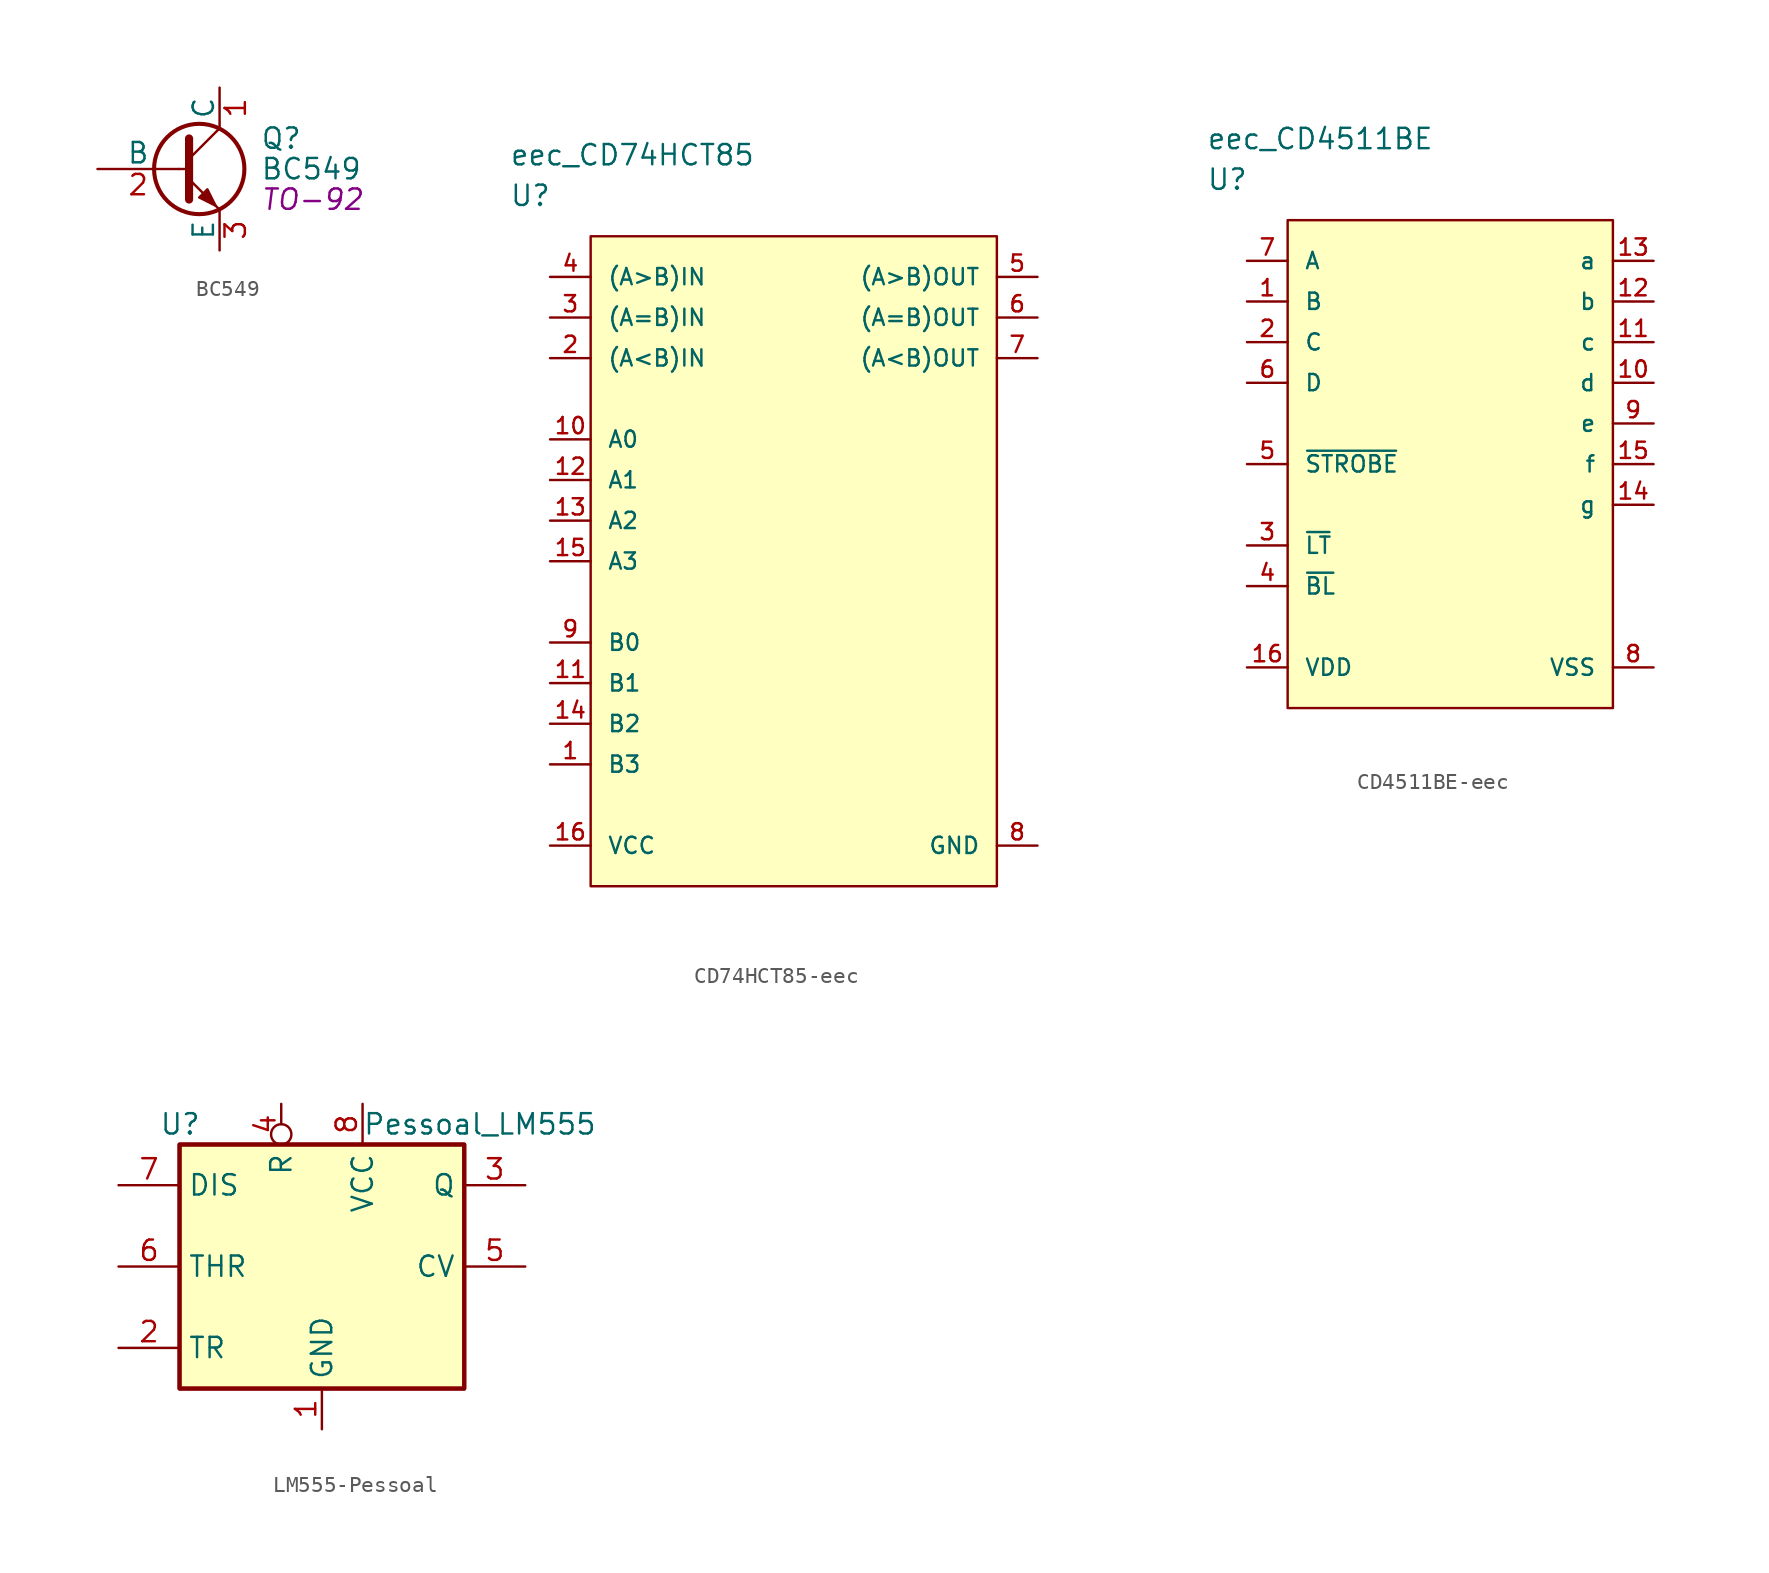
<source format=kicad_sym>
(kicad_symbol_lib
  (version 20220914)
  (generator kicad_symbol_editor)
  (symbol "BC549"
    (pin_names
      (offset 0))
    (property "Reference" "Q"
      (at 5.08 1.905 0)
      (effects (font (size 1.27 1.27)) (justify left)))
    (property "Value" "BC549"
      (at 5.08 0 0)
      (effects (font (size 1.27 1.27)) (justify left)))
    (property "Footprint" "TO-92"
      (at 5.08 -1.905 0)
      (effects (font (size 1.27 1.27) italic) (justify left)))
    (property "Datasheet" ""
      (at 0 0 0)
      (effects (font (size 1.27 1.27)) (justify left)))
    (symbol "BC549_0_1"
      (polyline (pts (xy 0 0) (xy 0.635 0)) (stroke (width 0) (type solid)) (fill (type none)))
      (polyline (pts (xy 0.635 0.635) (xy 2.54 2.54)) (stroke (width 0) (type solid)) (fill (type none)))
      (polyline (pts (xy 0.635 -0.635) (xy 2.54 -2.54) (xy 2.54 -2.54)) (stroke (width 0) (type solid)) (fill (type none)))
      (polyline (pts (xy 0.635 1.905) (xy 0.635 -1.905) (xy 0.635 -1.905)) (stroke (width 0.508) (type solid)) (fill (type none)))
      (polyline (pts (xy 1.27 -1.778) (xy 1.778 -1.27) (xy 2.286 -2.286) (xy 1.27 -1.778) (xy 1.27 -1.778)) (stroke (width 0) (type solid)) (fill (type outline)))
      (circle (center 1.27 0) (radius 2.819) (stroke (width 0.254) (type solid)) (fill (type none))))
    (symbol "BC549_1_1"
      (pin passive line (at 2.54 5.08 270) (length 2.54) (name "C" (effects (font (size 1.27 1.27)))) (number "1" (effects (font (size 1.27 1.27)))))
      (pin input line (at -5.08 0 0) (length 5.08) (name "B" (effects (font (size 1.27 1.27)))) (number "2" (effects (font (size 1.27 1.27)))))
      (pin passive line (at 2.54 -5.08 90) (length 2.54) (name "E" (effects (font (size 1.27 1.27)))) (number "3" (effects (font (size 1.27 1.27)))))))
  (symbol "CD74HCT85-eec"
    (pin_names
      (offset 1.016))
    (property "Reference" "U"
      (at 0 5.08 0)
      (effects (font (size 1.27 1.27)) (justify left)))
    (property "Value" "eec_CD74HCT85"
      (at 0 7.62 0)
      (effects (font (size 1.27 1.27)) (justify left)))
    (symbol "CD74HCT85-eec_1_1"
      (rectangle (start 5.08 2.54) (end 30.48 -38.1) (stroke (width 0) (type solid)) (fill (type background)))
      (pin input line (at 2.54 -30.48 0) (length 2.54) (name "B3" (effects (font (size 1.016 1.016)))) (number "1" (effects (font (size 1.016 1.016)))))
      (pin input line (at 2.54 -10.16 0) (length 2.54) (name "A0" (effects (font (size 1.016 1.016)))) (number "10" (effects (font (size 1.016 1.016)))))
      (pin input line (at 2.54 -25.4 0) (length 2.54) (name "B1" (effects (font (size 1.016 1.016)))) (number "11" (effects (font (size 1.016 1.016)))))
      (pin input line (at 2.54 -12.7 0) (length 2.54) (name "A1" (effects (font (size 1.016 1.016)))) (number "12" (effects (font (size 1.016 1.016)))))
      (pin input line (at 2.54 -15.24 0) (length 2.54) (name "A2" (effects (font (size 1.016 1.016)))) (number "13" (effects (font (size 1.016 1.016)))))
      (pin input line (at 2.54 -27.94 0) (length 2.54) (name "B2" (effects (font (size 1.016 1.016)))) (number "14" (effects (font (size 1.016 1.016)))))
      (pin input line (at 2.54 -17.78 0) (length 2.54) (name "A3" (effects (font (size 1.016 1.016)))) (number "15" (effects (font (size 1.016 1.016)))))
      (pin power_in line (at 2.54 -35.56 0) (length 2.54) (name "VCC" (effects (font (size 1.016 1.016)))) (number "16" (effects (font (size 1.016 1.016)))))
      (pin input line (at 2.54 -5.08 0) (length 2.54) (name "(A<B)IN" (effects (font (size 1.016 1.016)))) (number "2" (effects (font (size 1.016 1.016)))))
      (pin input line (at 2.54 -2.54 0) (length 2.54) (name "(A=B)IN" (effects (font (size 1.016 1.016)))) (number "3" (effects (font (size 1.016 1.016)))))
      (pin input line (at 2.54 0 0) (length 2.54) (name "(A>B)IN" (effects (font (size 1.016 1.016)))) (number "4" (effects (font (size 1.016 1.016)))))
      (pin output line (at 33.02 0 180) (length 2.54) (name "(A>B)OUT" (effects (font (size 1.016 1.016)))) (number "5" (effects (font (size 1.016 1.016)))))
      (pin output line (at 33.02 -2.54 180) (length 2.54) (name "(A=B)OUT" (effects (font (size 1.016 1.016)))) (number "6" (effects (font (size 1.016 1.016)))))
      (pin output line (at 33.02 -5.08 180) (length 2.54) (name "(A<B)OUT" (effects (font (size 1.016 1.016)))) (number "7" (effects (font (size 1.016 1.016)))))
      (pin power_in line (at 33.02 -35.56 180) (length 2.54) (name "GND" (effects (font (size 1.016 1.016)))) (number "8" (effects (font (size 1.016 1.016)))))
      (pin input line (at 2.54 -22.86 0) (length 2.54) (name "B0" (effects (font (size 1.016 1.016)))) (number "9" (effects (font (size 1.016 1.016)))))))
  (symbol "CD4511BE-eec"
    (pin_names
      (offset 1.016))
    (property "Reference" "U"
      (at 0 5.08 0)
      (effects (font (size 1.27 1.27)) (justify left)))
    (property "Value" "eec_CD4511BE"
      (at 0 7.62 0)
      (effects (font (size 1.27 1.27)) (justify left)))
    (property "ki_locked" ""
      (at 0 0 0)
      (effects (font (size 1.27 1.27))))
    (symbol "CD4511BE-eec_1_1"
      (rectangle (start 5.08 2.54) (end 25.4 -27.94) (stroke (width 0) (type solid)) (fill (type background)))
      (pin input line (at 2.54 -2.54 0) (length 2.54) (name "B" (effects (font (size 1.016 1.016)))) (number "1" (effects (font (size 1.016 1.016)))))
      (pin output line (at 27.94 -7.62 180) (length 2.54) (name "d" (effects (font (size 1.016 1.016)))) (number "10" (effects (font (size 1.016 1.016)))))
      (pin output line (at 27.94 -5.08 180) (length 2.54) (name "c" (effects (font (size 1.016 1.016)))) (number "11" (effects (font (size 1.016 1.016)))))
      (pin output line (at 27.94 -2.54 180) (length 2.54) (name "b" (effects (font (size 1.016 1.016)))) (number "12" (effects (font (size 1.016 1.016)))))
      (pin output line (at 27.94 0 180) (length 2.54) (name "a" (effects (font (size 1.016 1.016)))) (number "13" (effects (font (size 1.016 1.016)))))
      (pin output line (at 27.94 -15.24 180) (length 2.54) (name "g" (effects (font (size 1.016 1.016)))) (number "14" (effects (font (size 1.016 1.016)))))
      (pin output line (at 27.94 -12.7 180) (length 2.54) (name "f" (effects (font (size 1.016 1.016)))) (number "15" (effects (font (size 1.016 1.016)))))
      (pin power_in line (at 2.54 -25.4 0) (length 2.54) (name "VDD" (effects (font (size 1.016 1.016)))) (number "16" (effects (font (size 1.016 1.016)))))
      (pin input line (at 2.54 -5.08 0) (length 2.54) (name "C" (effects (font (size 1.016 1.016)))) (number "2" (effects (font (size 1.016 1.016)))))
      (pin input line (at 2.54 -17.78 0) (length 2.54) (name "~{LT}" (effects (font (size 1.016 1.016)))) (number "3" (effects (font (size 1.016 1.016)))))
      (pin input line (at 2.54 -20.32 0) (length 2.54) (name "~{BL}" (effects (font (size 1.016 1.016)))) (number "4" (effects (font (size 1.016 1.016)))))
      (pin input line (at 2.54 -12.7 0) (length 2.54) (name "~{STROBE}" (effects (font (size 1.016 1.016)))) (number "5" (effects (font (size 1.016 1.016)))))
      (pin input line (at 2.54 -7.62 0) (length 2.54) (name "D" (effects (font (size 1.016 1.016)))) (number "6" (effects (font (size 1.016 1.016)))))
      (pin input line (at 2.54 0 0) (length 2.54) (name "A" (effects (font (size 1.016 1.016)))) (number "7" (effects (font (size 1.016 1.016)))))
      (pin power_in line (at 27.94 -25.4 180) (length 2.54) (name "VSS" (effects (font (size 1.016 1.016)))) (number "8" (effects (font (size 1.016 1.016)))))
      (pin output line (at 27.94 -10.16 180) (length 2.54) (name "e" (effects (font (size 1.016 1.016)))) (number "9" (effects (font (size 1.016 1.016)))))))
  (symbol "LM555-Pessoal"
    (property "Reference" "U"
      (at -10.16 8.89 0)
      (effects (font (size 1.27 1.27)) (justify left)))
    (property "Value" "Pessoal_LM555"
      (at 2.54 8.89 0)
      (effects (font (size 1.27 1.27)) (justify left)))
    (symbol "LM555-Pessoal_0_0"
      (pin power_in line (at 0 -10.16 90) (length 2.54) (name "GND" (effects (font (size 1.27 1.27)))) (number "1" (effects (font (size 1.27 1.27)))))
      (pin power_in line (at 2.54 10.16 270) (length 2.54) (name "VCC" (effects (font (size 1.27 1.27)))) (number "8" (effects (font (size 1.27 1.27))))))
    (symbol "LM555-Pessoal_0_1"
      (rectangle (start -8.89 -7.62) (end 8.89 7.62) (stroke (width 0.254) (type solid)) (fill (type background)))
      (rectangle (start -8.89 -7.62) (end 8.89 7.62) (stroke (width 0.254) (type solid)) (fill (type background))))
    (symbol "LM555-Pessoal_1_1"
      (pin input line (at -12.7 -5.08 0) (length 3.81) (name "TR" (effects (font (size 1.27 1.27)))) (number "2" (effects (font (size 1.27 1.27)))))
      (pin output line (at 12.7 5.08 180) (length 3.81) (name "Q" (effects (font (size 1.27 1.27)))) (number "3" (effects (font (size 1.27 1.27)))))
      (pin input inverted (at -2.54 10.16 270) (length 2.54) (name "R" (effects (font (size 1.27 1.27)))) (number "4" (effects (font (size 1.27 1.27)))))
      (pin input line (at 12.7 0 180) (length 3.81) (name "CV" (effects (font (size 1.27 1.27)))) (number "5" (effects (font (size 1.27 1.27)))))
      (pin input line (at -12.7 0 0) (length 3.81) (name "THR" (effects (font (size 1.27 1.27)))) (number "6" (effects (font (size 1.27 1.27)))))
      (pin input line (at -12.7 5.08 0) (length 3.81) (name "DIS" (effects (font (size 1.27 1.27)))) (number "7" (effects (font (size 1.27 1.27))))))))
</source>
